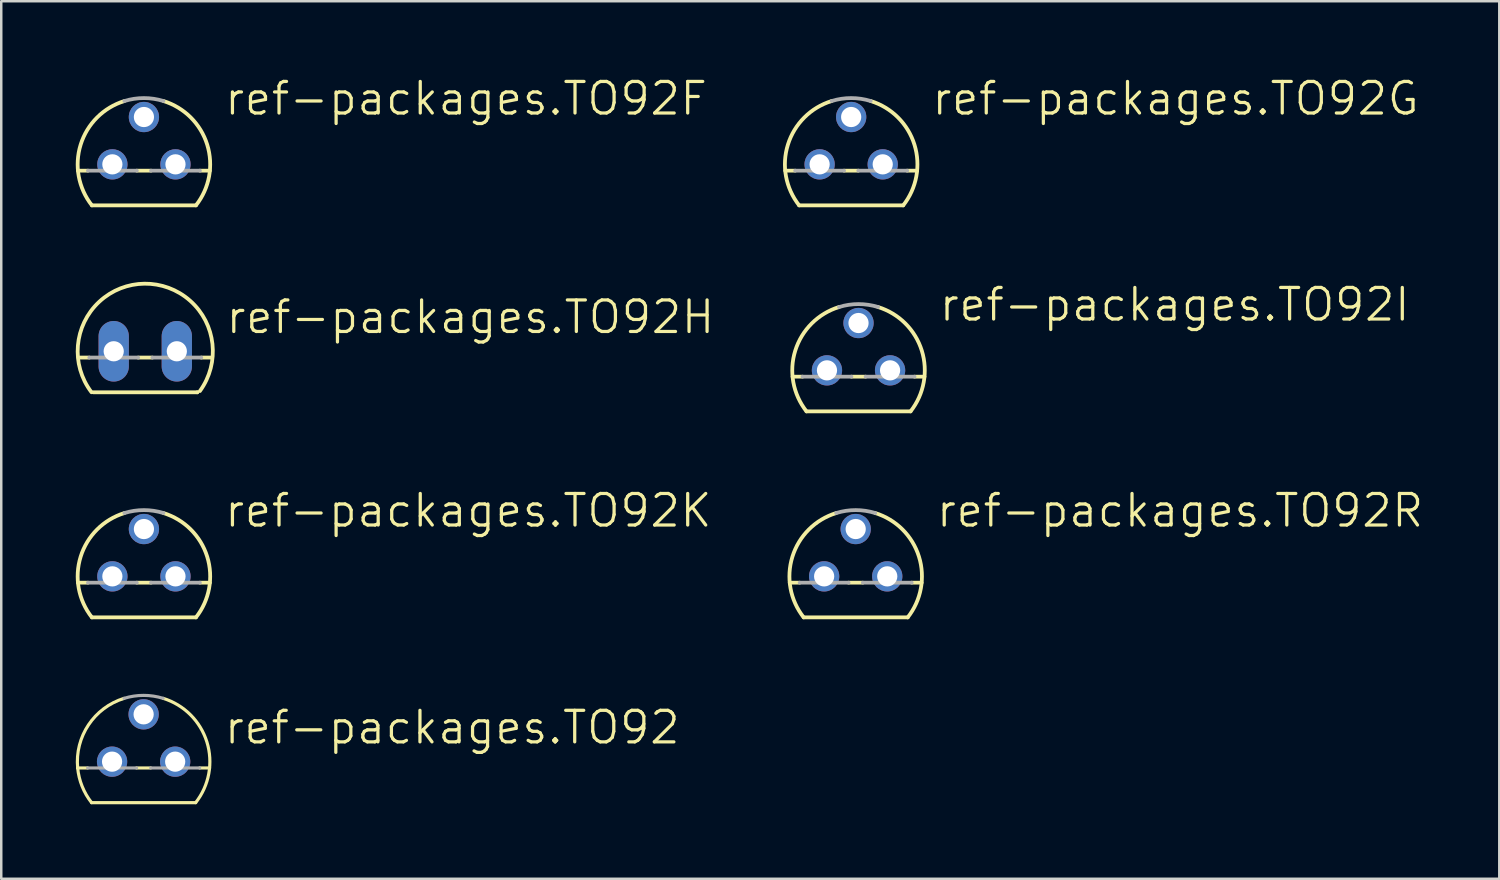
<source format=kicad_pcb>
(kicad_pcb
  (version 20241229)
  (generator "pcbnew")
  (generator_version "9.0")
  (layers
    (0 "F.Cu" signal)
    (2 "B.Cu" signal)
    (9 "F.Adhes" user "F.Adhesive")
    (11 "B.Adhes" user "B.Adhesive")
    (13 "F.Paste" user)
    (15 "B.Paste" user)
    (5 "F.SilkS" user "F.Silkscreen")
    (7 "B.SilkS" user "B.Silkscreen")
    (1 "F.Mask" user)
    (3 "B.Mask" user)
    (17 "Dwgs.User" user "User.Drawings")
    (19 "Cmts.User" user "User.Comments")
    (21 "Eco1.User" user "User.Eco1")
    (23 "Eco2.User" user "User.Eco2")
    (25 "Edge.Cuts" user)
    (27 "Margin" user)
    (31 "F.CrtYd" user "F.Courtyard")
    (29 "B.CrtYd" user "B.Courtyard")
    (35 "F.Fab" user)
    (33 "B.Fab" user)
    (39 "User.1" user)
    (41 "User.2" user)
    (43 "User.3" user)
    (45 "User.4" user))
  (footprint "ref-packages.TO92K"
    (layer "F.Cu")
    (at 2.743 20.149)
    (property "Reference" "ref-packages.TO92K" (at 3.175 -1.905 0) (layer "F.SilkS") (effects (font (size 1.27 1.27) (thickness 0.13)) (justify left bottom)))
    (attr through_hole)
    (fp_line (start -2.655 0.254) (end -2.254 0.254) (stroke (width 0.152) (type default)) (layer "F.SilkS"))
    (fp_line (start -2.095 1.651) (end 2.095 1.651) (stroke (width 0.152) (type default)) (layer "F.SilkS"))
    (fp_line (start -0.286 0.254) (end 0.286 0.254) (stroke (width 0.152) (type default)) (layer "F.SilkS"))
    (fp_line (start 2.254 0.254) (end 2.655 0.254) (stroke (width 0.152) (type default)) (layer "F.SilkS"))
    (fp_arc (start -2.0946 1.651) (mid -2.54634 -0.793276) (end -0.7863 -2.5485) (stroke (width 0.1524) (type default)) (layer "F.SilkS"))
    (fp_arc (start 0.7868 -2.5484) (mid 2.54677 -0.793201) (end 2.095 1.651) (stroke (width 0.1524) (type default)) (layer "F.SilkS"))
    (fp_line (start -2.254 0.254) (end -0.286 0.254) (stroke (width 0.152) (type default)) (layer "F.Fab"))
    (fp_line (start 0.286 0.254) (end 2.254 0.254) (stroke (width 0.152) (type default)) (layer "F.Fab"))
    (fp_arc (start -0.7863 -2.5485) (mid 0 -2.667043) (end 0.7863 -2.5485) (stroke (width 0.1524) (type default)) (layer "F.Fab"))
    (pad "D" thru_hole circle (at -1.27 0) (size 1.219 1.219) (drill 0.813) (layers "*.Cu" "*.Mask"))
    (pad "G" thru_hole circle (at 0 -1.905) (size 1.219 1.219) (drill 0.813) (layers "*.Cu" "*.Mask"))
    (pad "S" thru_hole circle (at 1.27 0) (size 1.219 1.219) (drill 0.813) (layers "*.Cu" "*.Mask")))
  (footprint "ref-packages.TO92"
    (layer "F.Cu")
    (at 2.731 27.607)
    (property "Reference" "ref-packages.TO92" (at 3.175 -0.635 0) (layer "F.SilkS") (effects (font (size 1.27 1.27) (thickness 0.13)) (justify left bottom)))
    (attr through_hole)
    (fp_line (start -2.655 0.254) (end -2.254 0.254) (stroke (width 0.127) (type default)) (layer "F.SilkS"))
    (fp_line (start -2.095 1.651) (end 2.095 1.651) (stroke (width 0.127) (type default)) (layer "F.SilkS"))
    (fp_line (start -0.286 0.254) (end 0.286 0.254) (stroke (width 0.127) (type default)) (layer "F.SilkS"))
    (fp_line (start 2.254 0.254) (end 2.655 0.254) (stroke (width 0.127) (type default)) (layer "F.SilkS"))
    (fp_arc (start -2.6549 0.254) (mid -2.219001 -1.479565) (end -0.7863 -2.5485) (stroke (width 0.127) (type default)) (layer "F.SilkS"))
    (fp_arc (start -2.0946 1.651) (mid -2.475346 0.992847) (end -2.6549 0.254) (stroke (width 0.127) (type default)) (layer "F.SilkS"))
    (fp_arc (start 0.7863 -2.5484) (mid 2.54627 -0.793201) (end 2.0945 1.651) (stroke (width 0.127) (type default)) (layer "F.SilkS"))
    (fp_line (start -2.254 0.254) (end -0.286 0.254) (stroke (width 0.127) (type default)) (layer "F.Fab"))
    (fp_line (start 0.286 0.254) (end 2.254 0.254) (stroke (width 0.127) (type default)) (layer "F.Fab"))
    (fp_arc (start -0.7863 -2.5485) (mid 0 -2.667043) (end 0.7863 -2.5485) (stroke (width 0.127) (type default)) (layer "F.Fab"))
    (pad "1" thru_hole circle (at -1.27 0) (size 1.219 1.219) (drill 0.813) (layers "*.Cu" "*.Mask"))
    (pad "2" thru_hole circle (at 0 -1.905) (size 1.219 1.219) (drill 0.813) (layers "*.Cu" "*.Mask"))
    (pad "3" thru_hole circle (at 1.27 0) (size 1.219 1.219) (drill 0.813) (layers "*.Cu" "*.Mask")))
  (footprint "ref-packages.TO92F"
    (layer "F.Cu")
    (at 2.743 3.565)
    (property "Reference" "ref-packages.TO92F" (at 3.175 -1.905 0) (layer "F.SilkS") (effects (font (size 1.27 1.27) (thickness 0.13)) (justify left bottom)))
    (attr through_hole)
    (fp_line (start -2.655 0.254) (end -2.254 0.254) (stroke (width 0.152) (type default)) (layer "F.SilkS"))
    (fp_line (start -2.095 1.651) (end 2.095 1.651) (stroke (width 0.152) (type default)) (layer "F.SilkS"))
    (fp_line (start -0.286 0.254) (end 0.286 0.254) (stroke (width 0.152) (type default)) (layer "F.SilkS"))
    (fp_line (start 2.254 0.254) (end 2.655 0.254) (stroke (width 0.152) (type default)) (layer "F.SilkS"))
    (fp_arc (start -2.0946 1.651) (mid -2.54634 -0.793276) (end -0.7863 -2.5485) (stroke (width 0.1524) (type default)) (layer "F.SilkS"))
    (fp_arc (start 0.7868 -2.5484) (mid 2.54677 -0.793201) (end 2.095 1.651) (stroke (width 0.1524) (type default)) (layer "F.SilkS"))
    (fp_line (start -2.254 0.254) (end -0.286 0.254) (stroke (width 0.152) (type default)) (layer "F.Fab"))
    (fp_line (start 0.286 0.254) (end 2.254 0.254) (stroke (width 0.152) (type default)) (layer "F.Fab"))
    (fp_arc (start -0.7863 -2.5485) (mid 0 -2.667043) (end 0.7863 -2.5485) (stroke (width 0.1524) (type default)) (layer "F.Fab"))
    (pad "D" thru_hole circle (at 1.27 0) (size 1.219 1.219) (drill 0.813) (layers "*.Cu" "*.Mask"))
    (pad "G" thru_hole circle (at 0 -1.905) (size 1.219 1.219) (drill 0.813) (layers "*.Cu" "*.Mask"))
    (pad "S" thru_hole circle (at -1.27 0) (size 1.219 1.219) (drill 0.813) (layers "*.Cu" "*.Mask")))
  (footprint "ref-packages.TO92H"
    (layer "F.Cu")
    (at 2.797 11.089)
    (property "Reference" "ref-packages.TO92H" (at 3.175 -0.635 0) (layer "F.SilkS") (effects (font (size 1.27 1.27) (thickness 0.13)) (justify left bottom)))
    (attr through_hole)
    (fp_line (start -2.655 0.254) (end -2.254 0.254) (stroke (width 0.152) (type default)) (layer "F.SilkS"))
    (fp_line (start -2.095 1.651) (end 2.094 1.651) (stroke (width 0.152) (type default)) (layer "F.SilkS"))
    (fp_line (start -0.286 0.254) (end 0.286 0.254) (stroke (width 0.152) (type default)) (layer "F.SilkS"))
    (fp_line (start 2.094 1.651) (end 2.095 1.651) (stroke (width 0.152) (type default)) (layer "F.SilkS"))
    (fp_line (start 2.254 0.254) (end 2.655 0.254) (stroke (width 0.152) (type default)) (layer "F.SilkS"))
    (fp_arc (start -2.164442 1.649108) (mid -0.031111 -2.720528) (end 2.2 1.6) (stroke (width 0.1524) (type default)) (layer "F.SilkS"))
    (fp_line (start -2.254 0.254) (end -0.286 0.254) (stroke (width 0.152) (type default)) (layer "F.Fab"))
    (fp_line (start 0.286 0.254) (end 2.254 0.254) (stroke (width 0.152) (type default)) (layer "F.Fab"))
    (pad "1" thru_hole oval (at -1.27 0 90) (size 2.438 1.219) (drill 0.813) (layers "*.Cu" "*.Mask"))
    (pad "2" thru_hole oval (at 1.27 0 90) (size 2.438 1.219) (drill 0.813) (layers "*.Cu" "*.Mask")))
  (footprint "ref-packages.TO92I"
    (layer "F.Cu")
    (at 31.506 11.857)
    (property "Reference" "ref-packages.TO92I" (at 3.175 -1.905 0) (layer "F.SilkS") (effects (font (size 1.27 1.27) (thickness 0.13)) (justify left bottom)))
    (attr through_hole)
    (fp_line (start -2.655 0.254) (end -2.254 0.254) (stroke (width 0.152) (type default)) (layer "F.SilkS"))
    (fp_line (start -2.095 1.651) (end 2.095 1.651) (stroke (width 0.152) (type default)) (layer "F.SilkS"))
    (fp_line (start -0.286 0.254) (end 0.286 0.254) (stroke (width 0.152) (type default)) (layer "F.SilkS"))
    (fp_line (start 2.254 0.254) (end 2.655 0.254) (stroke (width 0.152) (type default)) (layer "F.SilkS"))
    (fp_arc (start -2.0946 1.651) (mid -2.54634 -0.793276) (end -0.7863 -2.5485) (stroke (width 0.1524) (type default)) (layer "F.SilkS"))
    (fp_arc (start 0.7868 -2.5484) (mid 2.54677 -0.793201) (end 2.095 1.651) (stroke (width 0.1524) (type default)) (layer "F.SilkS"))
    (fp_line (start -2.254 0.254) (end -0.286 0.254) (stroke (width 0.152) (type default)) (layer "F.Fab"))
    (fp_line (start 0.286 0.254) (end 2.254 0.254) (stroke (width 0.152) (type default)) (layer "F.Fab"))
    (fp_arc (start -0.7863 -2.5485) (mid 0 -2.667043) (end 0.7863 -2.5485) (stroke (width 0.1524) (type default)) (layer "F.Fab"))
    (pad "D" thru_hole circle (at 0 -1.905) (size 1.219 1.219) (drill 0.813) (layers "*.Cu" "*.Mask"))
    (pad "G" thru_hole circle (at 1.27 0) (size 1.219 1.219) (drill 0.813) (layers "*.Cu" "*.Mask"))
    (pad "S" thru_hole circle (at -1.27 0) (size 1.219 1.219) (drill 0.813) (layers "*.Cu" "*.Mask")))
  (footprint "ref-packages.TO92G"
    (layer "F.Cu")
    (at 31.21 3.565)
    (property "Reference" "ref-packages.TO92G" (at 3.175 -1.905 0) (layer "F.SilkS") (effects (font (size 1.27 1.27) (thickness 0.13)) (justify left bottom)))
    (attr through_hole)
    (fp_line (start -2.655 0.254) (end -2.254 0.254) (stroke (width 0.152) (type default)) (layer "F.SilkS"))
    (fp_line (start -2.095 1.651) (end 2.095 1.651) (stroke (width 0.152) (type default)) (layer "F.SilkS"))
    (fp_line (start -0.286 0.254) (end 0.286 0.254) (stroke (width 0.152) (type default)) (layer "F.SilkS"))
    (fp_line (start 2.254 0.254) (end 2.655 0.254) (stroke (width 0.152) (type default)) (layer "F.SilkS"))
    (fp_arc (start -2.0946 1.651) (mid -2.54634 -0.793276) (end -0.7863 -2.5485) (stroke (width 0.1524) (type default)) (layer "F.SilkS"))
    (fp_arc (start 0.7868 -2.5484) (mid 2.54677 -0.793201) (end 2.095 1.651) (stroke (width 0.1524) (type default)) (layer "F.SilkS"))
    (fp_line (start -2.254 0.254) (end -0.286 0.254) (stroke (width 0.152) (type default)) (layer "F.Fab"))
    (fp_line (start 0.286 0.254) (end 2.254 0.254) (stroke (width 0.152) (type default)) (layer "F.Fab"))
    (fp_arc (start -0.7863 -2.5485) (mid 0 -2.667043) (end 0.7863 -2.5485) (stroke (width 0.1524) (type default)) (layer "F.Fab"))
    (pad "D" thru_hole circle (at -1.27 0) (size 1.219 1.219) (drill 0.813) (layers "*.Cu" "*.Mask"))
    (pad "G" thru_hole circle (at 1.27 0) (size 1.219 1.219) (drill 0.813) (layers "*.Cu" "*.Mask"))
    (pad "S" thru_hole circle (at 0 -1.905) (size 1.219 1.219) (drill 0.813) (layers "*.Cu" "*.Mask")))
  (footprint "ref-packages.TO92R"
    (layer "F.Cu")
    (at 31.392 20.149)
    (property "Reference" "ref-packages.TO92R" (at 3.175 -1.905 0) (layer "F.SilkS") (effects (font (size 1.27 1.27) (thickness 0.13)) (justify left bottom)))
    (attr through_hole)
    (fp_line (start -2.655 0.254) (end -2.254 0.254) (stroke (width 0.152) (type default)) (layer "F.SilkS"))
    (fp_line (start -2.095 1.651) (end 2.095 1.651) (stroke (width 0.152) (type default)) (layer "F.SilkS"))
    (fp_line (start -0.286 0.254) (end 0.286 0.254) (stroke (width 0.152) (type default)) (layer "F.SilkS"))
    (fp_line (start 2.254 0.254) (end 2.655 0.254) (stroke (width 0.152) (type default)) (layer "F.SilkS"))
    (fp_arc (start -2.0946 1.651) (mid -2.54634 -0.793276) (end -0.7863 -2.5485) (stroke (width 0.1524) (type default)) (layer "F.SilkS"))
    (fp_arc (start 0.7868 -2.5484) (mid 2.54677 -0.793201) (end 2.095 1.651) (stroke (width 0.1524) (type default)) (layer "F.SilkS"))
    (fp_line (start -2.254 0.254) (end -0.286 0.254) (stroke (width 0.152) (type default)) (layer "F.Fab"))
    (fp_line (start 0.286 0.254) (end 2.254 0.254) (stroke (width 0.152) (type default)) (layer "F.Fab"))
    (fp_arc (start -0.7863 -2.5485) (mid 0 -2.667043) (end 0.7863 -2.5485) (stroke (width 0.1524) (type default)) (layer "F.Fab"))
    (pad "D" thru_hole circle (at -1.27 0) (size 1.219 1.219) (drill 0.813) (layers "*.Cu" "*.Mask"))
    (pad "G" thru_hole circle (at 1.27 0) (size 1.219 1.219) (drill 0.813) (layers "*.Cu" "*.Mask"))
    (pad "S" thru_hole circle (at 0 -1.905) (size 1.219 1.219) (drill 0.813) (layers "*.Cu" "*.Mask")))
  (gr_rect
    (start -3 -3)
    (end 57.297 32.322)
    (stroke (width 0.1) (type default))
    (fill no)
    (layer "Edge.Cuts")))
</source>
